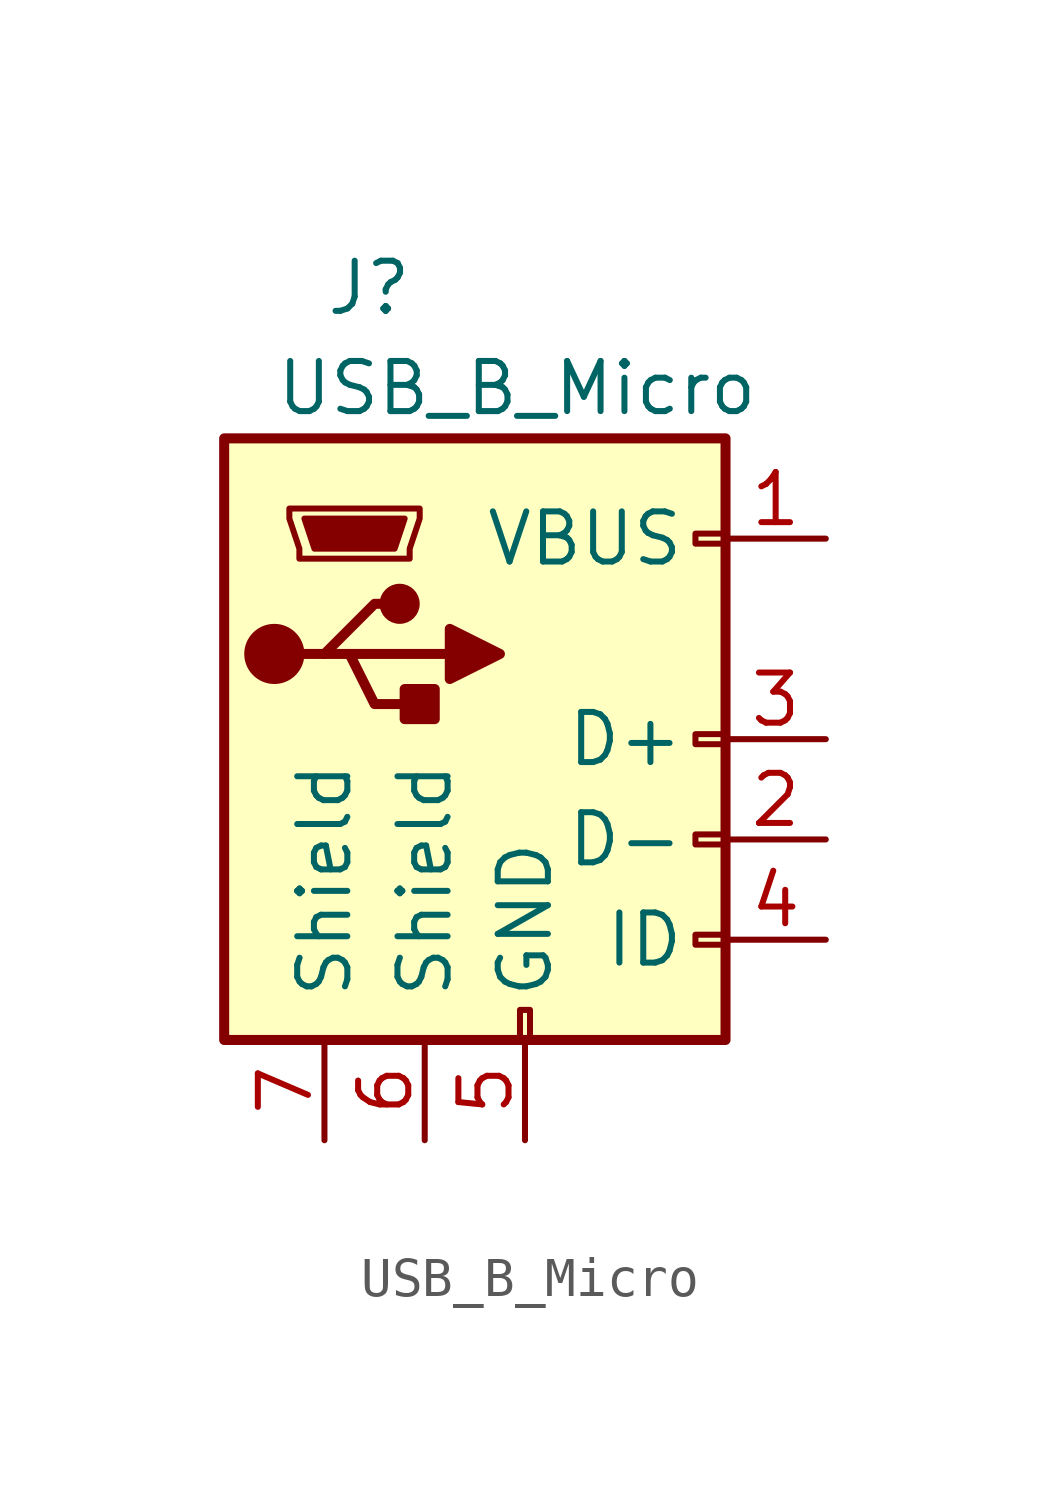
<source format=kicad_sym>
(kicad_symbol_lib
  (version 20211014)
  (generator kicad_symbol_editor)
  (symbol "USB_B_Micro"
    (pin_names
      (offset 1.016))
    (property "Reference" "J"
      (at -5.08 11.43 0)
      (effects (font (size 1.27 1.27)) (justify left)))
    (property "Value" "USB_B_Micro"
      (at -6.35 8.89 0)
      (effects (font (size 1.27 1.27)) (justify left)))
    (symbol "USB_B_Micro_0_1"
      (rectangle (start -7.62 7.62) (end 5.08 -7.62) (stroke (width 0.254) (type default) (color 0 0 0 0)) (fill (type background)))
      (circle (center -6.35 2.159) (radius 0.635) (stroke (width 0.254) (type default) (color 0 0 0 0)) (fill (type outline)))
      (circle (center -3.175 3.429) (radius 0.381) (stroke (width 0.254) (type default) (color 0 0 0 0)) (fill (type outline)))
      (rectangle (start -2.286 1.27) (end -3.048 0.508) (stroke (width 0.254) (type default) (color 0 0 0 0)) (fill (type outline)))
      (rectangle (start -0.127 -7.62) (end 0.127 -6.858) (stroke (width 0) (type default) (color 0 0 0 0)) (fill (type none)))
      (polyline (pts (xy -4.445 2.159) (xy -1.905 2.159)) (stroke (width 0.254) (type default) (color 0 0 0 0)) (fill (type none)))
      (polyline (pts (xy -5.715 2.159) (xy -5.08 2.159) (xy -3.81 3.429) (xy -3.175 3.429)) (stroke (width 0.254) (type default) (color 0 0 0 0)) (fill (type none)))
      (polyline (pts (xy -5.08 2.159) (xy -4.445 2.159) (xy -3.81 0.889) (xy -2.54 0.889)) (stroke (width 0.254) (type default) (color 0 0 0 0)) (fill (type none)))
      (polyline (pts (xy -1.905 2.794) (xy -1.905 1.524) (xy -0.635 2.159) (xy -1.905 2.794)) (stroke (width 0.254) (type default) (color 0 0 0 0)) (fill (type outline)))
      (polyline (pts (xy -5.588 5.588) (xy -3.048 5.588) (xy -3.302 4.826) (xy -5.334 4.826) (xy -5.588 5.588)) (stroke (width 0) (type default) (color 0 0 0 0)) (fill (type outline)))
      (polyline (pts (xy -5.969 5.842) (xy -5.969 5.588) (xy -5.715 4.826) (xy -5.715 4.572) (xy -2.921 4.572) (xy -2.921 4.826) (xy -2.667 5.588) (xy -2.667 5.842) (xy -5.969 5.842)) (stroke (width 0) (type default) (color 0 0 0 0)) (fill (type none)))
      (rectangle (start 5.08 -5.207) (end 4.318 -4.953) (stroke (width 0) (type default) (color 0 0 0 0)) (fill (type none)))
      (rectangle (start 5.08 -2.667) (end 4.318 -2.413) (stroke (width 0) (type default) (color 0 0 0 0)) (fill (type none)))
      (rectangle (start 5.08 -0.127) (end 4.318 0.127) (stroke (width 0) (type default) (color 0 0 0 0)) (fill (type none)))
      (rectangle (start 5.08 4.953) (end 4.318 5.207) (stroke (width 0) (type default) (color 0 0 0 0)) (fill (type none))))
    (symbol "USB_B_Micro_1_1"
      (pin power_out line (at 7.62 5.08 180) (length 2.54) (name "VBUS" (effects (font (size 1.27 1.27)))) (number "1" (effects (font (size 1.27 1.27)))))
      (pin bidirectional line (at 7.62 -2.54 180) (length 2.54) (name "D-" (effects (font (size 1.27 1.27)))) (number "2" (effects (font (size 1.27 1.27)))))
      (pin bidirectional line (at 7.62 0 180) (length 2.54) (name "D+" (effects (font (size 1.27 1.27)))) (number "3" (effects (font (size 1.27 1.27)))))
      (pin passive line (at 7.62 -5.08 180) (length 2.54) (name "ID" (effects (font (size 1.27 1.27)))) (number "4" (effects (font (size 1.27 1.27)))))
      (pin power_out line (at 0 -10.16 90) (length 2.54) (name "GND" (effects (font (size 1.27 1.27)))) (number "5" (effects (font (size 1.27 1.27)))))
      (pin passive line (at -2.54 -10.16 90) (length 2.54) (name "Shield" (effects (font (size 1.27 1.27)))) (number "6" (effects (font (size 1.27 1.27)))))
      (pin passive line (at -5.08 -10.16 90) (length 2.54) (name "Shield" (effects (font (size 1.27 1.27)))) (number "7" (effects (font (size 1.27 1.27))))))))
</source>
